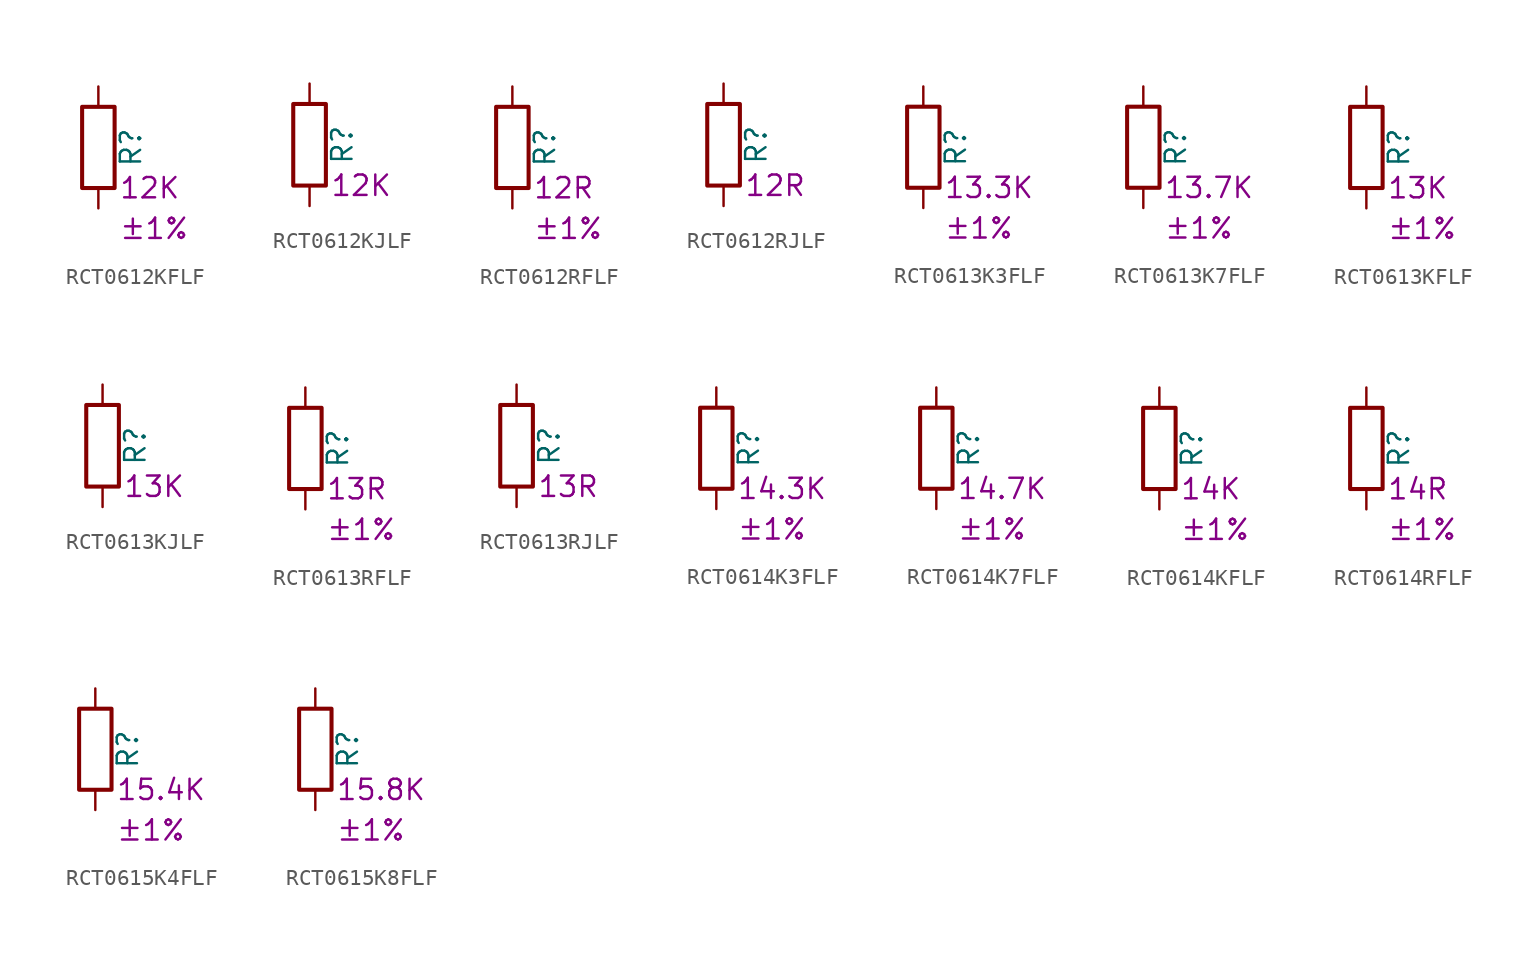
<source format=kicad_sym>
(kicad_symbol_lib
  (version 20220914)
  (generator kicad_symbol_editor)
  (symbol "RCT0612KFLF"
    (pin_numbers hide)
    (pin_names
      (offset 0))
    (property "Reference" "R"
      (at 2.032 0 90)
      (effects (font (size 1.27 1.27))))
    (property "Resistance" "12K"
      (at 1.27 -2.54 0)
      (effects (font (size 1.27 1.27)) (justify left)))
    (property "Tolerance" "±1%"
      (at 1.27 -5.08 0)
      (effects (font (size 1.27 1.27)) (justify left)))
    (symbol "RCT0612KFLF_0_1"
      (rectangle (start -1.016 -2.54) (end 1.016 2.54) (stroke (width 0.254) (type default)) (fill (type none))))
    (symbol "RCT0612KFLF_1_1"
      (pin passive line (at 0 3.81 270) (length 1.27) (name "~" (effects (font (size 1.27 1.27)))) (number "1" (effects (font (size 1.27 1.27)))))
      (pin passive line (at 0 -3.81 90) (length 1.27) (name "~" (effects (font (size 1.27 1.27)))) (number "2" (effects (font (size 1.27 1.27)))))))
  (symbol "RCT0612KJLF"
    (pin_numbers hide)
    (pin_names
      (offset 0))
    (property "Reference" "R"
      (at 2.032 0 90)
      (effects (font (size 1.27 1.27))))
    (property "Resistance" "12K"
      (at 1.27 -2.54 0)
      (effects (font (size 1.27 1.27)) (justify left)))
    (symbol "RCT0612KJLF_0_1"
      (rectangle (start -1.016 -2.54) (end 1.016 2.54) (stroke (width 0.254) (type default)) (fill (type none))))
    (symbol "RCT0612KJLF_1_1"
      (pin passive line (at 0 3.81 270) (length 1.27) (name "~" (effects (font (size 1.27 1.27)))) (number "1" (effects (font (size 1.27 1.27)))))
      (pin passive line (at 0 -3.81 90) (length 1.27) (name "~" (effects (font (size 1.27 1.27)))) (number "2" (effects (font (size 1.27 1.27)))))))
  (symbol "RCT0612RFLF"
    (pin_numbers hide)
    (pin_names
      (offset 0))
    (property "Reference" "R"
      (at 2.032 0 90)
      (effects (font (size 1.27 1.27))))
    (property "Resistance" "12R"
      (at 1.27 -2.54 0)
      (effects (font (size 1.27 1.27)) (justify left)))
    (property "Tolerance" "±1%"
      (at 1.27 -5.08 0)
      (effects (font (size 1.27 1.27)) (justify left)))
    (symbol "RCT0612RFLF_0_1"
      (rectangle (start -1.016 -2.54) (end 1.016 2.54) (stroke (width 0.254) (type default)) (fill (type none))))
    (symbol "RCT0612RFLF_1_1"
      (pin passive line (at 0 3.81 270) (length 1.27) (name "~" (effects (font (size 1.27 1.27)))) (number "1" (effects (font (size 1.27 1.27)))))
      (pin passive line (at 0 -3.81 90) (length 1.27) (name "~" (effects (font (size 1.27 1.27)))) (number "2" (effects (font (size 1.27 1.27)))))))
  (symbol "RCT0612RJLF"
    (pin_numbers hide)
    (pin_names
      (offset 0))
    (property "Reference" "R"
      (at 2.032 0 90)
      (effects (font (size 1.27 1.27))))
    (property "Resistance" "12R"
      (at 1.27 -2.54 0)
      (effects (font (size 1.27 1.27)) (justify left)))
    (symbol "RCT0612RJLF_0_1"
      (rectangle (start -1.016 -2.54) (end 1.016 2.54) (stroke (width 0.254) (type default)) (fill (type none))))
    (symbol "RCT0612RJLF_1_1"
      (pin passive line (at 0 3.81 270) (length 1.27) (name "~" (effects (font (size 1.27 1.27)))) (number "1" (effects (font (size 1.27 1.27)))))
      (pin passive line (at 0 -3.81 90) (length 1.27) (name "~" (effects (font (size 1.27 1.27)))) (number "2" (effects (font (size 1.27 1.27)))))))
  (symbol "RCT0613K3FLF"
    (pin_numbers hide)
    (pin_names
      (offset 0))
    (property "Reference" "R"
      (at 2.032 0 90)
      (effects (font (size 1.27 1.27))))
    (property "Resistance" "13.3K"
      (at 1.27 -2.54 0)
      (effects (font (size 1.27 1.27)) (justify left)))
    (property "Tolerance" "±1%"
      (at 1.27 -5.08 0)
      (effects (font (size 1.27 1.27)) (justify left)))
    (symbol "RCT0613K3FLF_0_1"
      (rectangle (start -1.016 -2.54) (end 1.016 2.54) (stroke (width 0.254) (type default)) (fill (type none))))
    (symbol "RCT0613K3FLF_1_1"
      (pin passive line (at 0 3.81 270) (length 1.27) (name "~" (effects (font (size 1.27 1.27)))) (number "1" (effects (font (size 1.27 1.27)))))
      (pin passive line (at 0 -3.81 90) (length 1.27) (name "~" (effects (font (size 1.27 1.27)))) (number "2" (effects (font (size 1.27 1.27)))))))
  (symbol "RCT0613K7FLF"
    (pin_numbers hide)
    (pin_names
      (offset 0))
    (property "Reference" "R"
      (at 2.032 0 90)
      (effects (font (size 1.27 1.27))))
    (property "Resistance" "13.7K"
      (at 1.27 -2.54 0)
      (effects (font (size 1.27 1.27)) (justify left)))
    (property "Tolerance" "±1%"
      (at 1.27 -5.08 0)
      (effects (font (size 1.27 1.27)) (justify left)))
    (symbol "RCT0613K7FLF_0_1"
      (rectangle (start -1.016 -2.54) (end 1.016 2.54) (stroke (width 0.254) (type default)) (fill (type none))))
    (symbol "RCT0613K7FLF_1_1"
      (pin passive line (at 0 3.81 270) (length 1.27) (name "~" (effects (font (size 1.27 1.27)))) (number "1" (effects (font (size 1.27 1.27)))))
      (pin passive line (at 0 -3.81 90) (length 1.27) (name "~" (effects (font (size 1.27 1.27)))) (number "2" (effects (font (size 1.27 1.27)))))))
  (symbol "RCT0613KFLF"
    (pin_numbers hide)
    (pin_names
      (offset 0))
    (property "Reference" "R"
      (at 2.032 0 90)
      (effects (font (size 1.27 1.27))))
    (property "Resistance" "13K"
      (at 1.27 -2.54 0)
      (effects (font (size 1.27 1.27)) (justify left)))
    (property "Tolerance" "±1%"
      (at 1.27 -5.08 0)
      (effects (font (size 1.27 1.27)) (justify left)))
    (symbol "RCT0613KFLF_0_1"
      (rectangle (start -1.016 -2.54) (end 1.016 2.54) (stroke (width 0.254) (type default)) (fill (type none))))
    (symbol "RCT0613KFLF_1_1"
      (pin passive line (at 0 3.81 270) (length 1.27) (name "~" (effects (font (size 1.27 1.27)))) (number "1" (effects (font (size 1.27 1.27)))))
      (pin passive line (at 0 -3.81 90) (length 1.27) (name "~" (effects (font (size 1.27 1.27)))) (number "2" (effects (font (size 1.27 1.27)))))))
  (symbol "RCT0613KJLF"
    (pin_numbers hide)
    (pin_names
      (offset 0))
    (property "Reference" "R"
      (at 2.032 0 90)
      (effects (font (size 1.27 1.27))))
    (property "Resistance" "13K"
      (at 1.27 -2.54 0)
      (effects (font (size 1.27 1.27)) (justify left)))
    (symbol "RCT0613KJLF_0_1"
      (rectangle (start -1.016 -2.54) (end 1.016 2.54) (stroke (width 0.254) (type default)) (fill (type none))))
    (symbol "RCT0613KJLF_1_1"
      (pin passive line (at 0 3.81 270) (length 1.27) (name "~" (effects (font (size 1.27 1.27)))) (number "1" (effects (font (size 1.27 1.27)))))
      (pin passive line (at 0 -3.81 90) (length 1.27) (name "~" (effects (font (size 1.27 1.27)))) (number "2" (effects (font (size 1.27 1.27)))))))
  (symbol "RCT0613RFLF"
    (pin_numbers hide)
    (pin_names
      (offset 0))
    (property "Reference" "R"
      (at 2.032 0 90)
      (effects (font (size 1.27 1.27))))
    (property "Resistance" "13R"
      (at 1.27 -2.54 0)
      (effects (font (size 1.27 1.27)) (justify left)))
    (property "Tolerance" "±1%"
      (at 1.27 -5.08 0)
      (effects (font (size 1.27 1.27)) (justify left)))
    (symbol "RCT0613RFLF_0_1"
      (rectangle (start -1.016 -2.54) (end 1.016 2.54) (stroke (width 0.254) (type default)) (fill (type none))))
    (symbol "RCT0613RFLF_1_1"
      (pin passive line (at 0 3.81 270) (length 1.27) (name "~" (effects (font (size 1.27 1.27)))) (number "1" (effects (font (size 1.27 1.27)))))
      (pin passive line (at 0 -3.81 90) (length 1.27) (name "~" (effects (font (size 1.27 1.27)))) (number "2" (effects (font (size 1.27 1.27)))))))
  (symbol "RCT0613RJLF"
    (pin_numbers hide)
    (pin_names
      (offset 0))
    (property "Reference" "R"
      (at 2.032 0 90)
      (effects (font (size 1.27 1.27))))
    (property "Resistance" "13R"
      (at 1.27 -2.54 0)
      (effects (font (size 1.27 1.27)) (justify left)))
    (symbol "RCT0613RJLF_0_1"
      (rectangle (start -1.016 -2.54) (end 1.016 2.54) (stroke (width 0.254) (type default)) (fill (type none))))
    (symbol "RCT0613RJLF_1_1"
      (pin passive line (at 0 3.81 270) (length 1.27) (name "~" (effects (font (size 1.27 1.27)))) (number "1" (effects (font (size 1.27 1.27)))))
      (pin passive line (at 0 -3.81 90) (length 1.27) (name "~" (effects (font (size 1.27 1.27)))) (number "2" (effects (font (size 1.27 1.27)))))))
  (symbol "RCT0614K3FLF"
    (pin_numbers hide)
    (pin_names
      (offset 0))
    (property "Reference" "R"
      (at 2.032 0 90)
      (effects (font (size 1.27 1.27))))
    (property "Resistance" "14.3K"
      (at 1.27 -2.54 0)
      (effects (font (size 1.27 1.27)) (justify left)))
    (property "Tolerance" "±1%"
      (at 1.27 -5.08 0)
      (effects (font (size 1.27 1.27)) (justify left)))
    (symbol "RCT0614K3FLF_0_1"
      (rectangle (start -1.016 -2.54) (end 1.016 2.54) (stroke (width 0.254) (type default)) (fill (type none))))
    (symbol "RCT0614K3FLF_1_1"
      (pin passive line (at 0 3.81 270) (length 1.27) (name "~" (effects (font (size 1.27 1.27)))) (number "1" (effects (font (size 1.27 1.27)))))
      (pin passive line (at 0 -3.81 90) (length 1.27) (name "~" (effects (font (size 1.27 1.27)))) (number "2" (effects (font (size 1.27 1.27)))))))
  (symbol "RCT0614K7FLF"
    (pin_numbers hide)
    (pin_names
      (offset 0))
    (property "Reference" "R"
      (at 2.032 0 90)
      (effects (font (size 1.27 1.27))))
    (property "Resistance" "14.7K"
      (at 1.27 -2.54 0)
      (effects (font (size 1.27 1.27)) (justify left)))
    (property "Tolerance" "±1%"
      (at 1.27 -5.08 0)
      (effects (font (size 1.27 1.27)) (justify left)))
    (symbol "RCT0614K7FLF_0_1"
      (rectangle (start -1.016 -2.54) (end 1.016 2.54) (stroke (width 0.254) (type default)) (fill (type none))))
    (symbol "RCT0614K7FLF_1_1"
      (pin passive line (at 0 3.81 270) (length 1.27) (name "~" (effects (font (size 1.27 1.27)))) (number "1" (effects (font (size 1.27 1.27)))))
      (pin passive line (at 0 -3.81 90) (length 1.27) (name "~" (effects (font (size 1.27 1.27)))) (number "2" (effects (font (size 1.27 1.27)))))))
  (symbol "RCT0614KFLF"
    (pin_numbers hide)
    (pin_names
      (offset 0))
    (property "Reference" "R"
      (at 2.032 0 90)
      (effects (font (size 1.27 1.27))))
    (property "Resistance" "14K"
      (at 1.27 -2.54 0)
      (effects (font (size 1.27 1.27)) (justify left)))
    (property "Tolerance" "±1%"
      (at 1.27 -5.08 0)
      (effects (font (size 1.27 1.27)) (justify left)))
    (symbol "RCT0614KFLF_0_1"
      (rectangle (start -1.016 -2.54) (end 1.016 2.54) (stroke (width 0.254) (type default)) (fill (type none))))
    (symbol "RCT0614KFLF_1_1"
      (pin passive line (at 0 3.81 270) (length 1.27) (name "~" (effects (font (size 1.27 1.27)))) (number "1" (effects (font (size 1.27 1.27)))))
      (pin passive line (at 0 -3.81 90) (length 1.27) (name "~" (effects (font (size 1.27 1.27)))) (number "2" (effects (font (size 1.27 1.27)))))))
  (symbol "RCT0614RFLF"
    (pin_numbers hide)
    (pin_names
      (offset 0))
    (property "Reference" "R"
      (at 2.032 0 90)
      (effects (font (size 1.27 1.27))))
    (property "Resistance" "14R"
      (at 1.27 -2.54 0)
      (effects (font (size 1.27 1.27)) (justify left)))
    (property "Tolerance" "±1%"
      (at 1.27 -5.08 0)
      (effects (font (size 1.27 1.27)) (justify left)))
    (symbol "RCT0614RFLF_0_1"
      (rectangle (start -1.016 -2.54) (end 1.016 2.54) (stroke (width 0.254) (type default)) (fill (type none))))
    (symbol "RCT0614RFLF_1_1"
      (pin passive line (at 0 3.81 270) (length 1.27) (name "~" (effects (font (size 1.27 1.27)))) (number "1" (effects (font (size 1.27 1.27)))))
      (pin passive line (at 0 -3.81 90) (length 1.27) (name "~" (effects (font (size 1.27 1.27)))) (number "2" (effects (font (size 1.27 1.27)))))))
  (symbol "RCT0615K4FLF"
    (pin_numbers hide)
    (pin_names
      (offset 0))
    (property "Reference" "R"
      (at 2.032 0 90)
      (effects (font (size 1.27 1.27))))
    (property "Resistance" "15.4K"
      (at 1.27 -2.54 0)
      (effects (font (size 1.27 1.27)) (justify left)))
    (property "Tolerance" "±1%"
      (at 1.27 -5.08 0)
      (effects (font (size 1.27 1.27)) (justify left)))
    (symbol "RCT0615K4FLF_0_1"
      (rectangle (start -1.016 -2.54) (end 1.016 2.54) (stroke (width 0.254) (type default)) (fill (type none))))
    (symbol "RCT0615K4FLF_1_1"
      (pin passive line (at 0 3.81 270) (length 1.27) (name "~" (effects (font (size 1.27 1.27)))) (number "1" (effects (font (size 1.27 1.27)))))
      (pin passive line (at 0 -3.81 90) (length 1.27) (name "~" (effects (font (size 1.27 1.27)))) (number "2" (effects (font (size 1.27 1.27)))))))
  (symbol "RCT0615K8FLF"
    (pin_numbers hide)
    (pin_names
      (offset 0))
    (property "Reference" "R"
      (at 2.032 0 90)
      (effects (font (size 1.27 1.27))))
    (property "Resistance" "15.8K"
      (at 1.27 -2.54 0)
      (effects (font (size 1.27 1.27)) (justify left)))
    (property "Tolerance" "±1%"
      (at 1.27 -5.08 0)
      (effects (font (size 1.27 1.27)) (justify left)))
    (symbol "RCT0615K8FLF_0_1"
      (rectangle (start -1.016 -2.54) (end 1.016 2.54) (stroke (width 0.254) (type default)) (fill (type none))))
    (symbol "RCT0615K8FLF_1_1"
      (pin passive line (at 0 3.81 270) (length 1.27) (name "~" (effects (font (size 1.27 1.27)))) (number "1" (effects (font (size 1.27 1.27)))))
      (pin passive line (at 0 -3.81 90) (length 1.27) (name "~" (effects (font (size 1.27 1.27)))) (number "2" (effects (font (size 1.27 1.27))))))))
</source>
